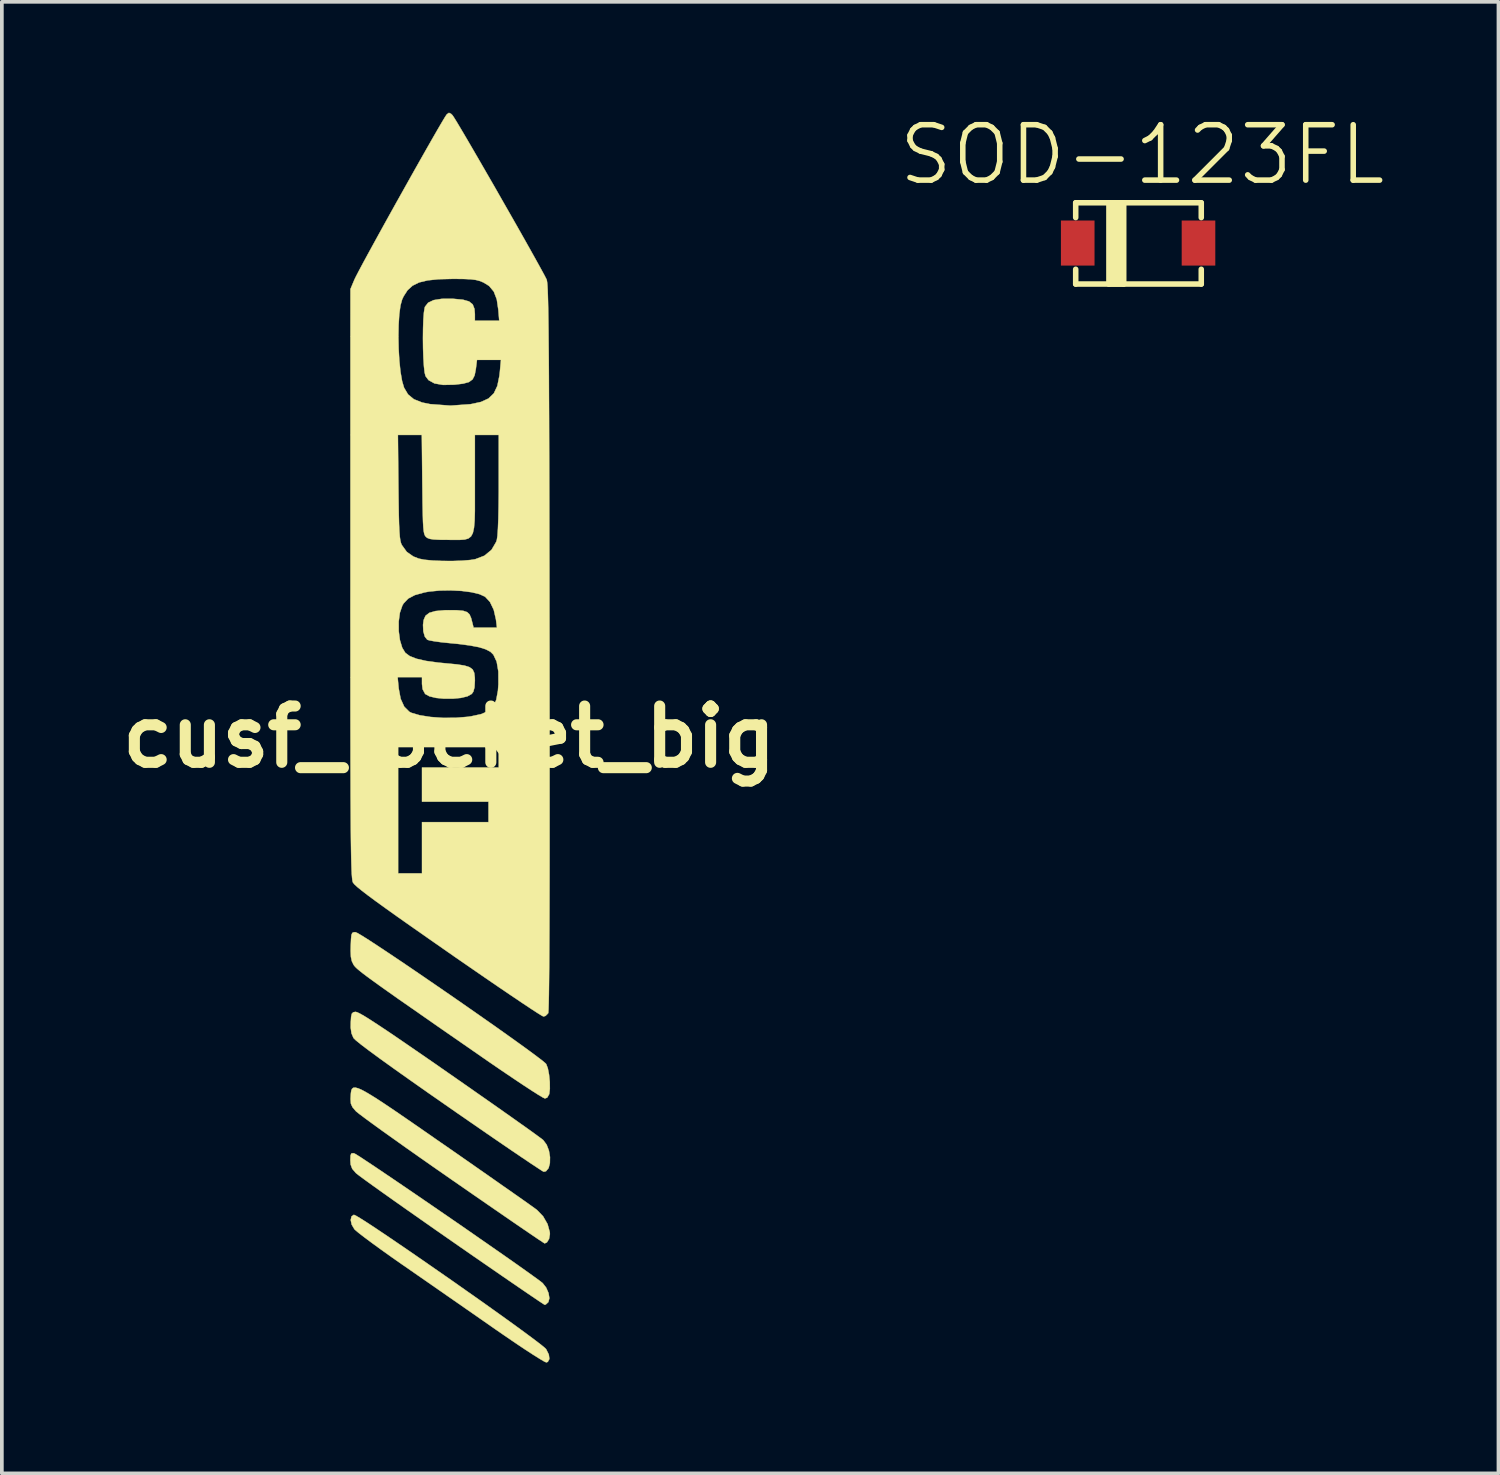
<source format=kicad_pcb>
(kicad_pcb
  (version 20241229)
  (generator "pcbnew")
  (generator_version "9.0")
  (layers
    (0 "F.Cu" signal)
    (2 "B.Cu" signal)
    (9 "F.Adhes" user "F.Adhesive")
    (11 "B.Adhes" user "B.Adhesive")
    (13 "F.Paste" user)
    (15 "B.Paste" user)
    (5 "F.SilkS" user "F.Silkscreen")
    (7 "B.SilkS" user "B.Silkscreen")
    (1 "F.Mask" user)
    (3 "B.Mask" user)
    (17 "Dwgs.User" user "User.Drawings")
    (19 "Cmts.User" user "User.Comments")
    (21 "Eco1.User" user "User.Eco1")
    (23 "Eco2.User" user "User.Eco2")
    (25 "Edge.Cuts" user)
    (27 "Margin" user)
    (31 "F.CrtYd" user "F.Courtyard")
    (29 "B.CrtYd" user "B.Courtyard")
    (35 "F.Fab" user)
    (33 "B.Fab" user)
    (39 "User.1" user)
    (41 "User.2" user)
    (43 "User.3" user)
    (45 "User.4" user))
  (footprint "cusf_rocket_big"
    (layer "F.Cu")
    (at 9.115 16.901)
    (property "Reference" "cusf_rocket_big" (at 0 0 0) (layer "F.SilkS") (effects (font (size 1.524 1.524) (thickness 0.3))))
    (attr through_hole)
    (fp_poly (pts (xy -2.531 12.964) (xy -2.41 13.036) (xy -2.23 13.15) (xy -1.997 13.303) (xy -1.72 13.489) (xy -1.406 13.702) (xy -1.062 13.937) (xy -0.697 14.189) (xy -0.318 14.452) (xy 0.069 14.721) (xy 0.454 14.992) (xy 0.831 15.257) (xy 1.191 15.513) (xy 1.528 15.754) (xy 1.834 15.975) (xy 2.1 16.17) (xy 2.32 16.334) (xy 2.486 16.461) (xy 2.59 16.547) (xy 2.623 16.581) (xy 2.695 16.725) (xy 2.71 16.845) (xy 2.668 16.923) (xy 2.629 16.938) (xy 2.576 16.916) (xy 2.456 16.846) (xy 2.279 16.735) (xy 2.054 16.589) (xy 1.791 16.413) (xy 1.498 16.213) (xy 1.244 16.038) (xy 0.861 15.771) (xy 0.436 15.475) (xy -0.008 15.167) (xy -0.448 14.861) (xy -0.86 14.575) (xy -1.223 14.323) (xy -1.26 14.298) (xy -1.559 14.089) (xy -1.838 13.89) (xy -2.087 13.709) (xy -2.295 13.554) (xy -2.452 13.433) (xy -2.547 13.353) (xy -2.567 13.334) (xy -2.642 13.208) (xy -2.669 13.083) (xy -2.647 12.985) (xy -2.584 12.941) (xy -2.531 12.964)) (stroke (width 0.01) (type solid)) (fill yes) (layer "F.SilkS"))
    (fp_poly (pts (xy -2.497 7.456) (xy -2.416 7.495) (xy -2.295 7.564) (xy -2.129 7.668) (xy -1.913 7.809) (xy -1.642 7.989) (xy -1.314 8.212) (xy -0.923 8.481) (xy -0.464 8.797) (xy 0 9.12) (xy 0.425 9.416) (xy 0.831 9.7) (xy 1.21 9.965) (xy 1.555 10.208) (xy 1.859 10.423) (xy 2.117 10.606) (xy 2.32 10.752) (xy 2.463 10.857) (xy 2.538 10.914) (xy 2.545 10.92) (xy 2.637 11.045) (xy 2.698 11.205) (xy 2.727 11.378) (xy 2.724 11.542) (xy 2.689 11.676) (xy 2.62 11.76) (xy 2.56 11.776) (xy 2.513 11.751) (xy 2.398 11.676) (xy 2.219 11.558) (xy 1.984 11.4) (xy 1.699 11.207) (xy 1.37 10.982) (xy 1.004 10.731) (xy 0.607 10.457) (xy 0.186 10.166) (xy 0.000352 10.037) (xy -0.577 9.635) (xy -1.083 9.279) (xy -1.519 8.97) (xy -1.881 8.71) (xy -2.171 8.497) (xy -2.386 8.334) (xy -2.527 8.22) (xy -2.591 8.157) (xy -2.593 8.155) (xy -2.648 8.028) (xy -2.67 7.869) (xy -2.668 7.735) (xy -2.658 7.581) (xy -2.639 7.496) (xy -2.601 7.458) (xy -2.54 7.446) (xy -2.497 7.456)) (stroke (width 0.01) (type solid)) (fill yes) (layer "F.SilkS"))
    (fp_poly (pts (xy -2.575 11.278) (xy -2.523 11.306) (xy -2.403 11.382) (xy -2.223 11.501) (xy -1.99 11.656) (xy -1.713 11.843) (xy -1.399 12.056) (xy -1.055 12.29) (xy -0.691 12.539) (xy -0.312 12.799) (xy 0.072 13.063) (xy 0.455 13.327) (xy 0.827 13.586) (xy 1.183 13.833) (xy 1.513 14.063) (xy 1.811 14.272) (xy 2.068 14.454) (xy 2.276 14.603) (xy 2.429 14.714) (xy 2.517 14.782) (xy 2.529 14.792) (xy 2.623 14.913) (xy 2.687 15.06) (xy 2.71 15.2) (xy 2.683 15.303) (xy 2.68 15.308) (xy 2.616 15.367) (xy 2.586 15.379) (xy 2.544 15.353) (xy 2.431 15.279) (xy 2.256 15.161) (xy 2.024 15.003) (xy 1.742 14.81) (xy 1.416 14.586) (xy 1.053 14.336) (xy 0.659 14.064) (xy 0.241 13.774) (xy 0.087 13.667) (xy -0.343 13.368) (xy -0.754 13.08) (xy -1.139 12.81) (xy -1.491 12.562) (xy -1.803 12.341) (xy -2.069 12.151) (xy -2.281 11.998) (xy -2.433 11.886) (xy -2.517 11.82) (xy -2.528 11.811) (xy -2.628 11.696) (xy -2.671 11.58) (xy -2.679 11.462) (xy -2.674 11.336) (xy -2.652 11.281) (xy -2.601 11.273) (xy -2.575 11.278)) (stroke (width 0.01) (type solid)) (fill yes) (layer "F.SilkS"))
    (fp_poly (pts (xy -2.461 9.519) (xy -2.348 9.57) (xy -2.198 9.654) (xy -2.006 9.772) (xy -1.767 9.928) (xy -1.474 10.125) (xy -1.123 10.366) (xy -0.708 10.653) (xy -0.225 10.989) (xy -0.092 11.08) (xy 0.323 11.369) (xy 0.72 11.646) (xy 1.091 11.905) (xy 1.429 12.142) (xy 1.728 12.351) (xy 1.979 12.527) (xy 2.175 12.666) (xy 2.309 12.762) (xy 2.373 12.809) (xy 2.539 12.981) (xy 2.661 13.193) (xy 2.721 13.411) (xy 2.724 13.464) (xy 2.701 13.595) (xy 2.644 13.688) (xy 2.583 13.716) (xy 2.541 13.69) (xy 2.429 13.616) (xy 2.255 13.498) (xy 2.024 13.341) (xy 1.742 13.148) (xy 1.417 12.924) (xy 1.054 12.674) (xy 0.66 12.402) (xy 0.242 12.112) (xy 0.087 12.005) (xy -0.343 11.706) (xy -0.755 11.418) (xy -1.14 11.147) (xy -1.492 10.897) (xy -1.805 10.674) (xy -2.071 10.482) (xy -2.283 10.326) (xy -2.435 10.212) (xy -2.52 10.144) (xy -2.531 10.133) (xy -2.622 10.026) (xy -2.664 9.931) (xy -2.673 9.806) (xy -2.669 9.731) (xy -2.664 9.648) (xy -2.654 9.58) (xy -2.634 9.531) (xy -2.599 9.502) (xy -2.543 9.497) (xy -2.461 9.519)) (stroke (width 0.01) (type solid)) (fill yes) (layer "F.SilkS"))
    (fp_poly (pts (xy -2.482 5.315) (xy -2.357 5.389) (xy -2.172 5.506) (xy -1.935 5.661) (xy -1.653 5.848) (xy -1.335 6.061) (xy -0.988 6.296) (xy -0.621 6.547) (xy -0.239 6.809) (xy 0.148 7.076) (xy 0.532 7.343) (xy 0.907 7.605) (xy 1.265 7.856) (xy 1.597 8.092) (xy 1.895 8.305) (xy 2.154 8.493) (xy 2.363 8.648) (xy 2.517 8.765) (xy 2.606 8.84) (xy 2.624 8.86) (xy 2.668 8.974) (xy 2.701 9.146) (xy 2.721 9.343) (xy 2.723 9.531) (xy 2.706 9.674) (xy 2.651 9.769) (xy 2.59 9.791) (xy 2.534 9.765) (xy 2.411 9.692) (xy 2.23 9.577) (xy 1.998 9.425) (xy 1.724 9.242) (xy 1.416 9.034) (xy 1.083 8.806) (xy 0.917 8.691) (xy 0.327 8.282) (xy -0.192 7.923) (xy -0.644 7.608) (xy -1.034 7.336) (xy -1.368 7.104) (xy -1.648 6.906) (xy -1.881 6.741) (xy -2.071 6.604) (xy -2.223 6.493) (xy -2.341 6.404) (xy -2.43 6.333) (xy -2.495 6.278) (xy -2.541 6.234) (xy -2.572 6.199) (xy -2.592 6.17) (xy -2.639 6.073) (xy -2.664 5.956) (xy -2.671 5.792) (xy -2.668 5.657) (xy -2.66 5.474) (xy -2.649 5.364) (xy -2.626 5.309) (xy -2.587 5.291) (xy -2.54 5.289) (xy -2.482 5.315)) (stroke (width 0.01) (type solid)) (fill yes) (layer "F.SilkS"))
    (fp_poly (pts (xy 0.047 -16.87) (xy 0.086 -16.832) (xy 0.125 -16.774) (xy 0.205 -16.645) (xy 0.319 -16.454) (xy 0.463 -16.21) (xy 0.631 -15.922) (xy 0.818 -15.6) (xy 1.019 -15.252) (xy 1.229 -14.888) (xy 1.441 -14.516) (xy 1.652 -14.147) (xy 1.856 -13.789) (xy 2.047 -13.451) (xy 2.22 -13.143) (xy 2.37 -12.874) (xy 2.492 -12.653) (xy 2.581 -12.489) (xy 2.631 -12.391) (xy 2.637 -12.377) (xy 2.644 -12.347) (xy 2.651 -12.295) (xy 2.658 -12.216) (xy 2.664 -12.108) (xy 2.669 -11.966) (xy 2.674 -11.788) (xy 2.679 -11.57) (xy 2.683 -11.308) (xy 2.687 -10.999) (xy 2.69 -10.64) (xy 2.694 -10.226) (xy 2.697 -9.755) (xy 2.699 -9.223) (xy 2.702 -8.626) (xy 2.704 -7.96) (xy 2.706 -7.224) (xy 2.708 -6.412) (xy 2.709 -5.522) (xy 2.711 -4.549) (xy 2.712 -3.491) (xy 2.714 -2.411) (xy 2.715 -1.149) (xy 2.716 0.022) (xy 2.716 1.102) (xy 2.716 2.094) (xy 2.716 2.998) (xy 2.715 3.815) (xy 2.713 4.547) (xy 2.711 5.195) (xy 2.708 5.76) (xy 2.705 6.242) (xy 2.701 6.644) (xy 2.697 6.966) (xy 2.692 7.21) (xy 2.687 7.376) (xy 2.681 7.466) (xy 2.678 7.483) (xy 2.606 7.556) (xy 2.55 7.572) (xy 2.499 7.546) (xy 2.38 7.472) (xy 2.197 7.353) (xy 1.958 7.194) (xy 1.67 7) (xy 1.338 6.775) (xy 0.97 6.523) (xy 0.572 6.249) (xy 0.149 5.957) (xy -0.034 5.829) (xy -0.562 5.461) (xy -1.018 5.142) (xy -1.406 4.869) (xy -1.731 4.637) (xy -1.998 4.444) (xy -2.21 4.287) (xy -2.372 4.162) (xy -2.489 4.067) (xy -2.565 3.997) (xy -2.605 3.949) (xy -2.609 3.942) (xy -2.618 3.915) (xy -2.626 3.871) (xy -2.633 3.806) (xy -2.64 3.716) (xy -2.646 3.596) (xy -2.651 3.444) (xy -2.656 3.254) (xy -2.66 3.023) (xy -2.664 2.747) (xy -2.667 2.421) (xy -2.669 2.043) (xy -2.672 1.607) (xy -2.673 1.109) (xy -2.675 0.547) (xy -2.675 0.277) (xy -1.385 0.277) (xy -1.385 3.695) (xy -0.739 3.695) (xy -0.739 2.309) (xy 1.062 2.309) (xy 1.062 1.755) (xy -0.739 1.755) (xy -0.739 0.831) (xy 1.339 0.831) (xy 1.339 0.277) (xy -1.385 0.277) (xy -2.675 0.277) (xy -2.676 -0.085) (xy -2.677 -0.79) (xy -2.677 -1.572) (xy -2.677 -1.616) (xy -1.399 -1.616) (xy -1.37 -1.312) (xy -1.317 -1.03) (xy -1.22 -0.817) (xy -1.081 -0.679) (xy -1.027 -0.651) (xy -0.798 -0.584) (xy -0.504 -0.538) (xy -0.172 -0.514) (xy 0.173 -0.516) (xy 0.504 -0.543) (xy 0.595 -0.557) (xy 0.863 -0.615) (xy 1.056 -0.699) (xy 1.189 -0.823) (xy 1.271 -1.001) (xy 1.317 -1.248) (xy 1.33 -1.421) (xy 1.329 -1.767) (xy 1.283 -2.036) (xy 1.194 -2.225) (xy 1.114 -2.304) (xy 0.985 -2.371) (xy 0.802 -2.428) (xy 0.553 -2.475) (xy 0.229 -2.517) (xy 0.011 -2.538) (xy -0.207 -2.56) (xy -0.396 -2.586) (xy -0.535 -2.611) (xy -0.596 -2.63) (xy -0.662 -2.712) (xy -0.703 -2.856) (xy -0.711 -3.033) (xy -0.694 -3.163) (xy -0.644 -3.278) (xy -0.541 -3.358) (xy -0.373 -3.406) (xy -0.13 -3.428) (xy -0.03 -3.43) (xy 0.21 -3.428) (xy 0.375 -3.413) (xy 0.483 -3.377) (xy 0.549 -3.314) (xy 0.591 -3.216) (xy 0.606 -3.16) (xy 0.658 -2.956) (xy 1.291 -2.956) (xy 1.264 -3.175) (xy 1.204 -3.439) (xy 1.101 -3.653) (xy 0.97 -3.794) (xy 0.82 -3.863) (xy 0.601 -3.916) (xy 0.333 -3.951) (xy 0.039 -3.966) (xy -0.26 -3.961) (xy -0.544 -3.934) (xy -0.676 -3.91) (xy -0.931 -3.839) (xy -1.112 -3.744) (xy -1.235 -3.615) (xy -1.27 -3.557) (xy -1.338 -3.36) (xy -1.37 -3.121) (xy -1.369 -2.865) (xy -1.337 -2.62) (xy -1.274 -2.412) (xy -1.19 -2.274) (xy -1.07 -2.186) (xy -0.886 -2.114) (xy -0.631 -2.056) (xy -0.296 -2.01) (xy -0.075 -1.989) (xy 0.208 -1.962) (xy 0.412 -1.93) (xy 0.549 -1.886) (xy 0.633 -1.823) (xy 0.676 -1.731) (xy 0.691 -1.604) (xy 0.693 -1.523) (xy 0.683 -1.34) (xy 0.651 -1.223) (xy 0.608 -1.162) (xy 0.492 -1.097) (xy 0.312 -1.054) (xy 0.094 -1.033) (xy -0.138 -1.033) (xy -0.356 -1.054) (xy -0.537 -1.097) (xy -0.653 -1.161) (xy -0.653 -1.161) (xy -0.722 -1.29) (xy -0.739 -1.432) (xy -0.739 -1.616) (xy -1.399 -1.616) (xy -2.677 -1.616) (xy -2.677 -2.436) (xy -2.678 -3.385) (xy -2.677 -4.163) (xy -2.677 -8.174) (xy -1.391 -8.174) (xy -1.377 -6.754) (xy -1.372 -6.344) (xy -1.367 -6.016) (xy -1.36 -5.759) (xy -1.351 -5.565) (xy -1.34 -5.421) (xy -1.326 -5.319) (xy -1.308 -5.247) (xy -1.286 -5.196) (xy -1.286 -5.195) (xy -1.151 -5.008) (xy -0.972 -4.883) (xy -0.823 -4.825) (xy -0.671 -4.795) (xy -0.452 -4.774) (xy -0.192 -4.763) (xy 0.082 -4.761) (xy 0.346 -4.77) (xy 0.573 -4.789) (xy 0.701 -4.809) (xy 0.95 -4.904) (xy 1.144 -5.064) (xy 1.27 -5.279) (xy 1.288 -5.336) (xy 1.304 -5.443) (xy 1.317 -5.634) (xy 1.328 -5.901) (xy 1.335 -6.237) (xy 1.339 -6.634) (xy 1.339 -6.846) (xy 1.339 -8.174) (xy 0.693 -8.174) (xy 0.693 -6.863) (xy 0.693 -6.446) (xy 0.693 -6.113) (xy 0.686 -5.853) (xy 0.669 -5.659) (xy 0.638 -5.519) (xy 0.588 -5.426) (xy 0.515 -5.37) (xy 0.416 -5.342) (xy 0.284 -5.333) (xy 0.117 -5.333) (xy -0.017 -5.334) (xy -0.256 -5.336) (xy -0.419 -5.344) (xy -0.527 -5.36) (xy -0.595 -5.386) (xy -0.633 -5.416) (xy -0.657 -5.447) (xy -0.677 -5.494) (xy -0.692 -5.567) (xy -0.703 -5.676) (xy -0.712 -5.831) (xy -0.718 -6.044) (xy -0.724 -6.325) (xy -0.728 -6.684) (xy -0.73 -6.836) (xy -0.744 -8.174) (xy -1.391 -8.174) (xy -2.677 -8.174) (xy -2.677 -10.834) (xy -1.378 -10.834) (xy -1.371 -10.502) (xy -1.352 -10.179) (xy -1.321 -9.883) (xy -1.278 -9.634) (xy -1.225 -9.454) (xy -1.117 -9.272) (xy -0.958 -9.141) (xy -0.736 -9.053) (xy -0.519 -9.009) (xy 0.031 -8.968) (xy 0.575 -9.007) (xy 0.855 -9.067) (xy 1.062 -9.161) (xy 1.207 -9.302) (xy 1.301 -9.502) (xy 1.357 -9.776) (xy 1.369 -9.881) (xy 1.399 -10.206) (xy 0.75 -10.206) (xy 0.718 -9.951) (xy 0.686 -9.788) (xy 0.63 -9.678) (xy 0.531 -9.606) (xy 0.373 -9.563) (xy 0.139 -9.535) (xy 0.139 -9.535) (xy -0.169 -9.529) (xy -0.4 -9.569) (xy -0.561 -9.658) (xy -0.643 -9.767) (xy -0.668 -9.866) (xy -0.687 -10.037) (xy -0.701 -10.262) (xy -0.71 -10.519) (xy -0.713 -10.79) (xy -0.71 -11.056) (xy -0.702 -11.295) (xy -0.687 -11.49) (xy -0.666 -11.62) (xy -0.658 -11.645) (xy -0.573 -11.754) (xy -0.424 -11.825) (xy -0.203 -11.86) (xy 0.098 -11.861) (xy 0.128 -11.859) (xy 0.371 -11.836) (xy 0.535 -11.789) (xy 0.634 -11.709) (xy 0.682 -11.587) (xy 0.693 -11.448) (xy 0.693 -11.268) (xy 1.352 -11.268) (xy 1.328 -11.561) (xy 1.286 -11.845) (xy 1.205 -12.056) (xy 1.079 -12.208) (xy 0.927 -12.302) (xy 0.827 -12.343) (xy 0.721 -12.371) (xy 0.588 -12.388) (xy 0.409 -12.397) (xy 0.163 -12.4) (xy 0.092 -12.4) (xy -0.285 -12.391) (xy -0.584 -12.36) (xy -0.817 -12.304) (xy -0.995 -12.216) (xy -1.131 -12.092) (xy -1.237 -11.927) (xy -1.276 -11.845) (xy -1.322 -11.68) (xy -1.354 -11.443) (xy -1.372 -11.154) (xy -1.378 -10.834) (xy -2.677 -10.834) (xy -2.676 -12.123) (xy -2.57 -12.377) (xy -2.527 -12.466) (xy -2.445 -12.623) (xy -2.33 -12.839) (xy -2.186 -13.104) (xy -2.019 -13.409) (xy -1.834 -13.745) (xy -1.636 -14.103) (xy -1.43 -14.473) (xy -1.221 -14.846) (xy -1.015 -15.214) (xy -0.816 -15.567) (xy -0.63 -15.895) (xy -0.462 -16.19) (xy -0.317 -16.442) (xy -0.2 -16.642) (xy -0.116 -16.782) (xy -0.07 -16.851) (xy -0.067 -16.855) (xy -0.009 -16.896) (xy 0.047 -16.87)) (stroke (width 0.01) (type solid)) (fill yes) (layer "F.SilkS")))
  (footprint "SOD-123FL"
    (layer "F.Cu")
    (at 27.876 3.541)
    (property "Reference" "SOD-123FL" (at 0 -2.4 0) (layer "F.SilkS") (effects (font (size 1.5 1.5) (thickness 0.15))))
    (attr through_hole)
    (fp_line (start -1.8 -1.1) (end 1.6 -1.1) (stroke (width 0.15) (type solid)) (layer "F.SilkS"))
    (fp_line (start -1.8 -0.7) (end -1.8 -1.1) (stroke (width 0.15) (type solid)) (layer "F.SilkS"))
    (fp_line (start -1.8 1.1) (end -1.8 0.7) (stroke (width 0.15) (type solid)) (layer "F.SilkS"))
    (fp_line (start -0.9 -1.1) (end -0.9 1.1) (stroke (width 0.15) (type solid)) (layer "F.SilkS"))
    (fp_line (start -0.9 1.1) (end -0.5 1.1) (stroke (width 0.15) (type solid)) (layer "F.SilkS"))
    (fp_line (start -0.7 -0.9) (end -0.7 0.9) (stroke (width 0.4) (type solid)) (layer "F.SilkS"))
    (fp_line (start -0.5 -1.1) (end -0.9 -1.1) (stroke (width 0.15) (type solid)) (layer "F.SilkS"))
    (fp_line (start -0.5 1.1) (end -0.5 -1.1) (stroke (width 0.15) (type solid)) (layer "F.SilkS"))
    (fp_line (start 1.6 -1.1) (end 1.6 -0.7) (stroke (width 0.15) (type solid)) (layer "F.SilkS"))
    (fp_line (start 1.6 0.7) (end 1.6 1.1) (stroke (width 0.15) (type solid)) (layer "F.SilkS"))
    (fp_line (start 1.6 1.1) (end -1.8 1.1) (stroke (width 0.15) (type solid)) (layer "F.SilkS"))
    (pad "1" smd rect (at -2.2 0.6) (size 0.91 1.22) (drill (offset 0.455 -0.61)) (layers "F.Cu" "F.Mask" "F.Paste"))
    (pad "2" smd rect (at 1.07 0.6) (size 0.91 1.22) (drill (offset 0.455 -0.61)) (layers "F.Cu" "F.Mask" "F.Paste")))
  (gr_rect
    (start -3 -3)
    (end 37.523 36.844)
    (stroke (width 0.1) (type default))
    (fill no)
    (layer "Edge.Cuts")))
</source>
